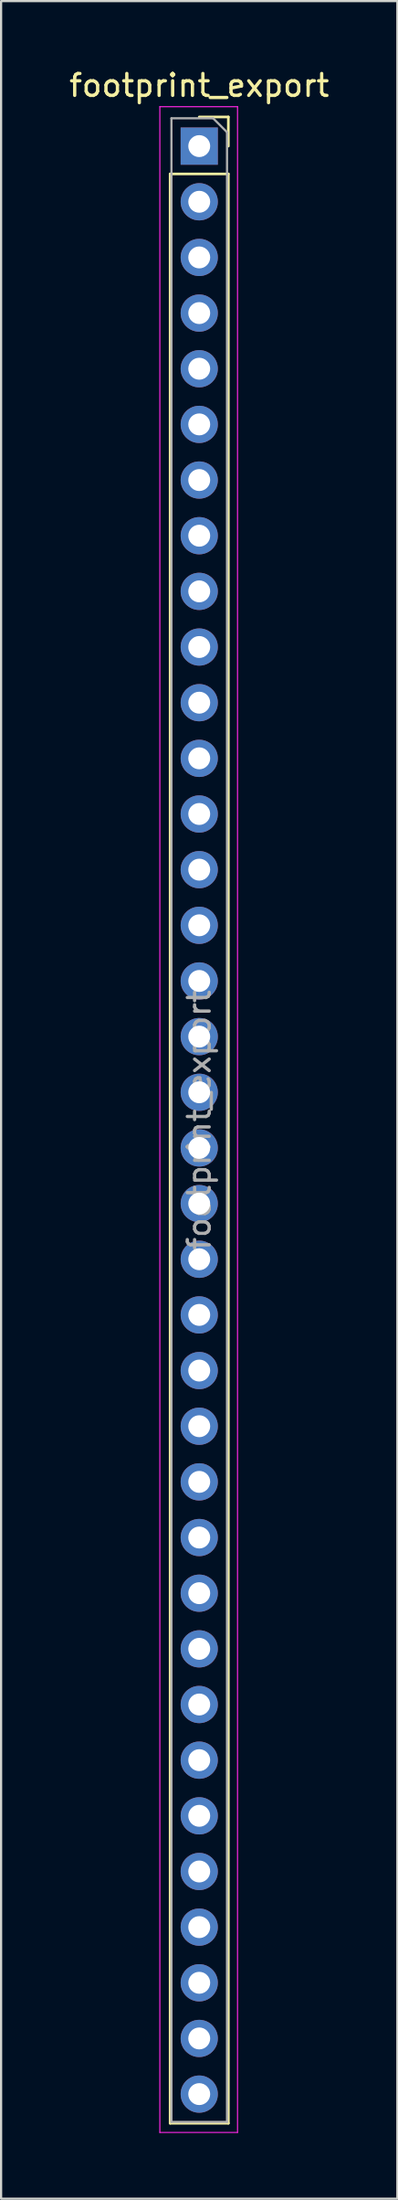
<source format=kicad_pcb>
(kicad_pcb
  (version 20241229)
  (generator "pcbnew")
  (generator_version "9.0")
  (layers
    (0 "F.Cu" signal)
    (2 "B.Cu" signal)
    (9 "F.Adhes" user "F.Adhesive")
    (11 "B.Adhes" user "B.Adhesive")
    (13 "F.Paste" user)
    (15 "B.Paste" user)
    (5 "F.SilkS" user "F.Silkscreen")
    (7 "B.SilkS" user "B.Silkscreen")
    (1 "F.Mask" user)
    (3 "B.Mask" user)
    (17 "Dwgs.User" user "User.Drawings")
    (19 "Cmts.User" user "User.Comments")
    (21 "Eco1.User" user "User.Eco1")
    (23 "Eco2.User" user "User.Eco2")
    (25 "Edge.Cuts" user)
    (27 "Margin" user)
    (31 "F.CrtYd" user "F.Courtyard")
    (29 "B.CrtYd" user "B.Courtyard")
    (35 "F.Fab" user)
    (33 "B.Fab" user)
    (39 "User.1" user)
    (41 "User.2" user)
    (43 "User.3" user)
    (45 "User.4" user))
  (footprint "footprint_export"
    (layer "F.Cu")
    (at 6.054 3.618)
    (property "Reference" "footprint_export" (at 0 -2.77 0) (layer "F.SilkS") (effects (font (size 1 1) (thickness 0.15))))
    (attr through_hole)
    (fp_line (start -1.33 1.27) (end -1.33 90.23) (stroke (width 0.12) (type solid)) (layer "F.SilkS"))
    (fp_line (start -1.33 1.27) (end 1.33 1.27) (stroke (width 0.12) (type solid)) (layer "F.SilkS"))
    (fp_line (start -1.33 90.23) (end 1.33 90.23) (stroke (width 0.12) (type solid)) (layer "F.SilkS"))
    (fp_line (start 0 -1.33) (end 1.33 -1.33) (stroke (width 0.12) (type solid)) (layer "F.SilkS"))
    (fp_line (start 1.33 -1.33) (end 1.33 0) (stroke (width 0.12) (type solid)) (layer "F.SilkS"))
    (fp_line (start 1.33 1.27) (end 1.33 90.23) (stroke (width 0.12) (type solid)) (layer "F.SilkS"))
    (fp_line (start -1.8 -1.8) (end 1.75 -1.8) (stroke (width 0.05) (type solid)) (layer "F.CrtYd"))
    (fp_line (start -1.8 90.65) (end -1.8 -1.8) (stroke (width 0.05) (type solid)) (layer "F.CrtYd"))
    (fp_line (start 1.75 -1.8) (end 1.75 90.65) (stroke (width 0.05) (type solid)) (layer "F.CrtYd"))
    (fp_line (start 1.75 90.65) (end -1.8 90.65) (stroke (width 0.05) (type solid)) (layer "F.CrtYd"))
    (fp_line (start -1.27 -1.27) (end 0.635 -1.27) (stroke (width 0.1) (type solid)) (layer "F.Fab"))
    (fp_line (start -1.27 90.17) (end -1.27 -1.27) (stroke (width 0.1) (type solid)) (layer "F.Fab"))
    (fp_line (start 0.635 -1.27) (end 1.27 -0.635) (stroke (width 0.1) (type solid)) (layer "F.Fab"))
    (fp_line (start 1.27 -0.635) (end 1.27 90.17) (stroke (width 0.1) (type solid)) (layer "F.Fab"))
    (fp_line (start 1.27 90.17) (end -1.27 90.17) (stroke (width 0.1) (type solid)) (layer "F.Fab"))
    (fp_text user "${REFERENCE}" (at 0 44.45 90) (layer "F.Fab") (effects (font (size 1 1) (thickness 0.15))))
    (pad "1" thru_hole rect (at 0 0) (size 1.7 1.7) (drill 1) (layers "*.Cu" "*.Mask"))
    (pad "2" thru_hole oval (at 0 2.54) (size 1.7 1.7) (drill 1) (layers "*.Cu" "*.Mask"))
    (pad "3" thru_hole oval (at 0 5.08) (size 1.7 1.7) (drill 1) (layers "*.Cu" "*.Mask"))
    (pad "4" thru_hole oval (at 0 7.62) (size 1.7 1.7) (drill 1) (layers "*.Cu" "*.Mask"))
    (pad "5" thru_hole oval (at 0 10.16) (size 1.7 1.7) (drill 1) (layers "*.Cu" "*.Mask"))
    (pad "6" thru_hole oval (at 0 12.7) (size 1.7 1.7) (drill 1) (layers "*.Cu" "*.Mask"))
    (pad "7" thru_hole oval (at 0 15.24) (size 1.7 1.7) (drill 1) (layers "*.Cu" "*.Mask"))
    (pad "8" thru_hole oval (at 0 17.78) (size 1.7 1.7) (drill 1) (layers "*.Cu" "*.Mask"))
    (pad "9" thru_hole oval (at 0 20.32) (size 1.7 1.7) (drill 1) (layers "*.Cu" "*.Mask"))
    (pad "10" thru_hole oval (at 0 22.86) (size 1.7 1.7) (drill 1) (layers "*.Cu" "*.Mask"))
    (pad "11" thru_hole oval (at 0 25.4) (size 1.7 1.7) (drill 1) (layers "*.Cu" "*.Mask"))
    (pad "12" thru_hole oval (at 0 27.94) (size 1.7 1.7) (drill 1) (layers "*.Cu" "*.Mask"))
    (pad "13" thru_hole oval (at 0 30.48) (size 1.7 1.7) (drill 1) (layers "*.Cu" "*.Mask"))
    (pad "14" thru_hole oval (at 0 33.02) (size 1.7 1.7) (drill 1) (layers "*.Cu" "*.Mask"))
    (pad "15" thru_hole oval (at 0 35.56) (size 1.7 1.7) (drill 1) (layers "*.Cu" "*.Mask"))
    (pad "16" thru_hole oval (at 0 38.1) (size 1.7 1.7) (drill 1) (layers "*.Cu" "*.Mask"))
    (pad "17" thru_hole oval (at 0 40.64) (size 1.7 1.7) (drill 1) (layers "*.Cu" "*.Mask"))
    (pad "18" thru_hole oval (at 0 43.18) (size 1.7 1.7) (drill 1) (layers "*.Cu" "*.Mask"))
    (pad "19" thru_hole oval (at 0 45.72) (size 1.7 1.7) (drill 1) (layers "*.Cu" "*.Mask"))
    (pad "20" thru_hole oval (at 0 48.26) (size 1.7 1.7) (drill 1) (layers "*.Cu" "*.Mask"))
    (pad "21" thru_hole oval (at 0 50.8) (size 1.7 1.7) (drill 1) (layers "*.Cu" "*.Mask"))
    (pad "22" thru_hole oval (at 0 53.34) (size 1.7 1.7) (drill 1) (layers "*.Cu" "*.Mask"))
    (pad "23" thru_hole oval (at 0 55.88) (size 1.7 1.7) (drill 1) (layers "*.Cu" "*.Mask"))
    (pad "24" thru_hole oval (at 0 58.42) (size 1.7 1.7) (drill 1) (layers "*.Cu" "*.Mask"))
    (pad "25" thru_hole oval (at 0 60.96) (size 1.7 1.7) (drill 1) (layers "*.Cu" "*.Mask"))
    (pad "26" thru_hole oval (at 0 63.5) (size 1.7 1.7) (drill 1) (layers "*.Cu" "*.Mask"))
    (pad "27" thru_hole oval (at 0 66.04) (size 1.7 1.7) (drill 1) (layers "*.Cu" "*.Mask"))
    (pad "28" thru_hole oval (at 0 68.58) (size 1.7 1.7) (drill 1) (layers "*.Cu" "*.Mask"))
    (pad "29" thru_hole oval (at 0 71.12) (size 1.7 1.7) (drill 1) (layers "*.Cu" "*.Mask"))
    (pad "30" thru_hole oval (at 0 73.66) (size 1.7 1.7) (drill 1) (layers "*.Cu" "*.Mask"))
    (pad "31" thru_hole oval (at 0 76.2) (size 1.7 1.7) (drill 1) (layers "*.Cu" "*.Mask"))
    (pad "32" thru_hole oval (at 0 78.74) (size 1.7 1.7) (drill 1) (layers "*.Cu" "*.Mask"))
    (pad "33" thru_hole oval (at 0 81.28) (size 1.7 1.7) (drill 1) (layers "*.Cu" "*.Mask"))
    (pad "34" thru_hole oval (at 0 83.82) (size 1.7 1.7) (drill 1) (layers "*.Cu" "*.Mask"))
    (pad "35" thru_hole oval (at 0 86.36) (size 1.7 1.7) (drill 1) (layers "*.Cu" "*.Mask"))
    (pad "36" thru_hole oval (at 0 88.9) (size 1.7 1.7) (drill 1) (layers "*.Cu" "*.Mask")))
  (gr_rect
    (start -3 -3)
    (end 15.107 97.293)
    (stroke (width 0.1) (type default))
    (fill no)
    (layer "Edge.Cuts")))
</source>
